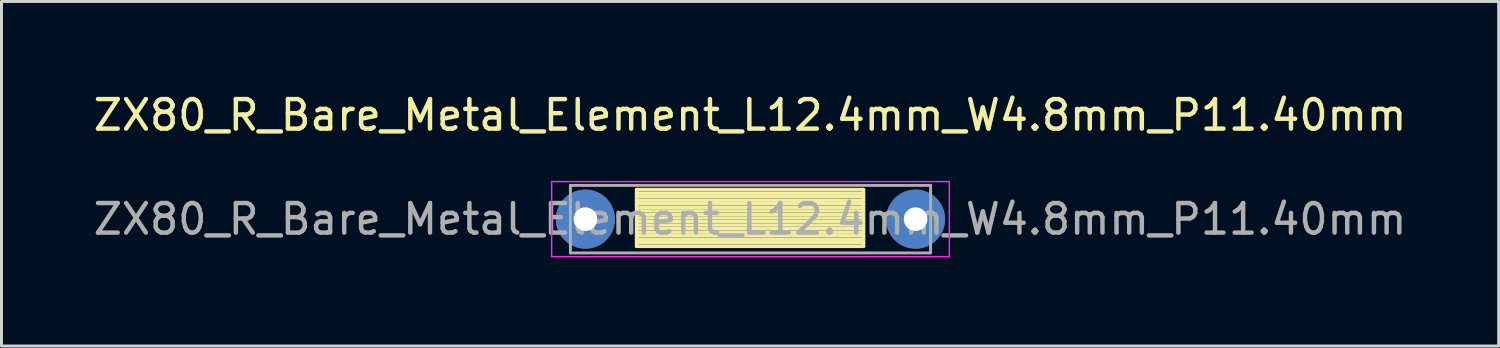
<source format=kicad_pcb>
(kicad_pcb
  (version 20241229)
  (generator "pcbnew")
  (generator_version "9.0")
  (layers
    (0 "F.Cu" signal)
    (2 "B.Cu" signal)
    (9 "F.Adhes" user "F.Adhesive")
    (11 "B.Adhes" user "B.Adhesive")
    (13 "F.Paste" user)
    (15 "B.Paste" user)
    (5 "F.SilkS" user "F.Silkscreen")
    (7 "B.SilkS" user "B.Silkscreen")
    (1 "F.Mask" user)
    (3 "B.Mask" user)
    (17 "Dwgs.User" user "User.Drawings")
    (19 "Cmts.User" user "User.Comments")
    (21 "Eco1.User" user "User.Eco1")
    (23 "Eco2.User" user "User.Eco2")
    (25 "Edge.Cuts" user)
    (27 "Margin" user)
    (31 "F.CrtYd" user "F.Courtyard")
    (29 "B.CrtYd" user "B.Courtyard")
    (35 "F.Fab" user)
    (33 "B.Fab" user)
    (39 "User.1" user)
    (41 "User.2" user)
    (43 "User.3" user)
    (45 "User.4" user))
  (footprint "ZX80_R_Bare_Metal_Element_L12.4mm_W4.8mm_P11.40mm"
    (layer "F.Cu")
    (at 16.639 4.368)
    (property "Reference" "ZX80_R_Bare_Metal_Element_L12.4mm_W4.8mm_P11.40mm" (at 5.7 -3.52 0) (layer "F.SilkS") (effects (font (size 1 1) (thickness 0.15))))
    (attr through_hole)
    (fp_line (start 1.86 -1) (end 1.86 0.92) (stroke (width 0.12) (type solid)) (layer "F.SilkS"))
    (fp_line (start 1.86 -1) (end 9.54 -1) (stroke (width 0.12) (type solid)) (layer "F.SilkS"))
    (fp_line (start 1.86 -0.88) (end 9.54 -0.88) (stroke (width 0.12) (type solid)) (layer "F.SilkS"))
    (fp_line (start 1.86 -0.76) (end 9.54 -0.76) (stroke (width 0.12) (type solid)) (layer "F.SilkS"))
    (fp_line (start 1.86 -0.64) (end 9.54 -0.64) (stroke (width 0.12) (type solid)) (layer "F.SilkS"))
    (fp_line (start 1.86 -0.52) (end 9.54 -0.52) (stroke (width 0.12) (type solid)) (layer "F.SilkS"))
    (fp_line (start 1.86 -0.4) (end 9.54 -0.4) (stroke (width 0.12) (type solid)) (layer "F.SilkS"))
    (fp_line (start 1.86 -0.28) (end 9.54 -0.28) (stroke (width 0.12) (type solid)) (layer "F.SilkS"))
    (fp_line (start 1.86 -0.16) (end 9.54 -0.16) (stroke (width 0.12) (type solid)) (layer "F.SilkS"))
    (fp_line (start 1.86 -0.04) (end 9.54 -0.04) (stroke (width 0.12) (type solid)) (layer "F.SilkS"))
    (fp_line (start 1.86 0.08) (end 9.54 0.08) (stroke (width 0.12) (type solid)) (layer "F.SilkS"))
    (fp_line (start 1.86 0.2) (end 9.54 0.2) (stroke (width 0.12) (type solid)) (layer "F.SilkS"))
    (fp_line (start 1.86 0.32) (end 9.54 0.32) (stroke (width 0.12) (type solid)) (layer "F.SilkS"))
    (fp_line (start 1.86 0.44) (end 9.54 0.44) (stroke (width 0.12) (type solid)) (layer "F.SilkS"))
    (fp_line (start 1.86 0.56) (end 9.54 0.56) (stroke (width 0.12) (type solid)) (layer "F.SilkS"))
    (fp_line (start 1.86 0.68) (end 9.54 0.68) (stroke (width 0.12) (type solid)) (layer "F.SilkS"))
    (fp_line (start 1.86 0.8) (end 9.54 0.8) (stroke (width 0.12) (type solid)) (layer "F.SilkS"))
    (fp_line (start 1.86 0.92) (end 9.54 0.92) (stroke (width 0.12) (type solid)) (layer "F.SilkS"))
    (fp_line (start 9.54 -1) (end 9.54 0.92) (stroke (width 0.12) (type solid)) (layer "F.SilkS"))
    (fp_line (start -1.016 -1.27) (end -1.016 1.27) (stroke (width 0.05) (type solid)) (layer "F.CrtYd"))
    (fp_line (start -1.016 1.27) (end 12.446 1.27) (stroke (width 0.05) (type solid)) (layer "F.CrtYd"))
    (fp_line (start 12.446 -1.27) (end -1.016 -1.27) (stroke (width 0.05) (type solid)) (layer "F.CrtYd"))
    (fp_line (start 12.446 1.27) (end 12.446 -1.27) (stroke (width 0.05) (type solid)) (layer "F.CrtYd"))
    (fp_line (start -0.381 -1.143) (end -0.381 1.143) (stroke (width 0.1) (type solid)) (layer "F.Fab"))
    (fp_line (start -0.381 1.143) (end 11.811 1.143) (stroke (width 0.1) (type solid)) (layer "F.Fab"))
    (fp_line (start 11.811 -1.143) (end -0.381 -1.143) (stroke (width 0.1) (type solid)) (layer "F.Fab"))
    (fp_line (start 11.811 1.143) (end 11.811 -1.143) (stroke (width 0.1) (type solid)) (layer "F.Fab"))
    (fp_text user "${REFERENCE}" (at 5.7 0 0) (layer "F.Fab") (effects (font (size 1 1) (thickness 0.15))))
    (pad "1" thru_hole circle (at 0.127 0) (size 2 2) (drill 0.8) (layers "*.Cu" "*.Mask"))
    (pad "2" thru_hole circle (at 11.303 0) (size 2 2) (drill 0.8) (layers "*.Cu" "*.Mask")))
  (gr_rect
    (start -3 -3)
    (end 47.679 8.663)
    (stroke (width 0.1) (type default))
    (fill no)
    (layer "Edge.Cuts")))
</source>
